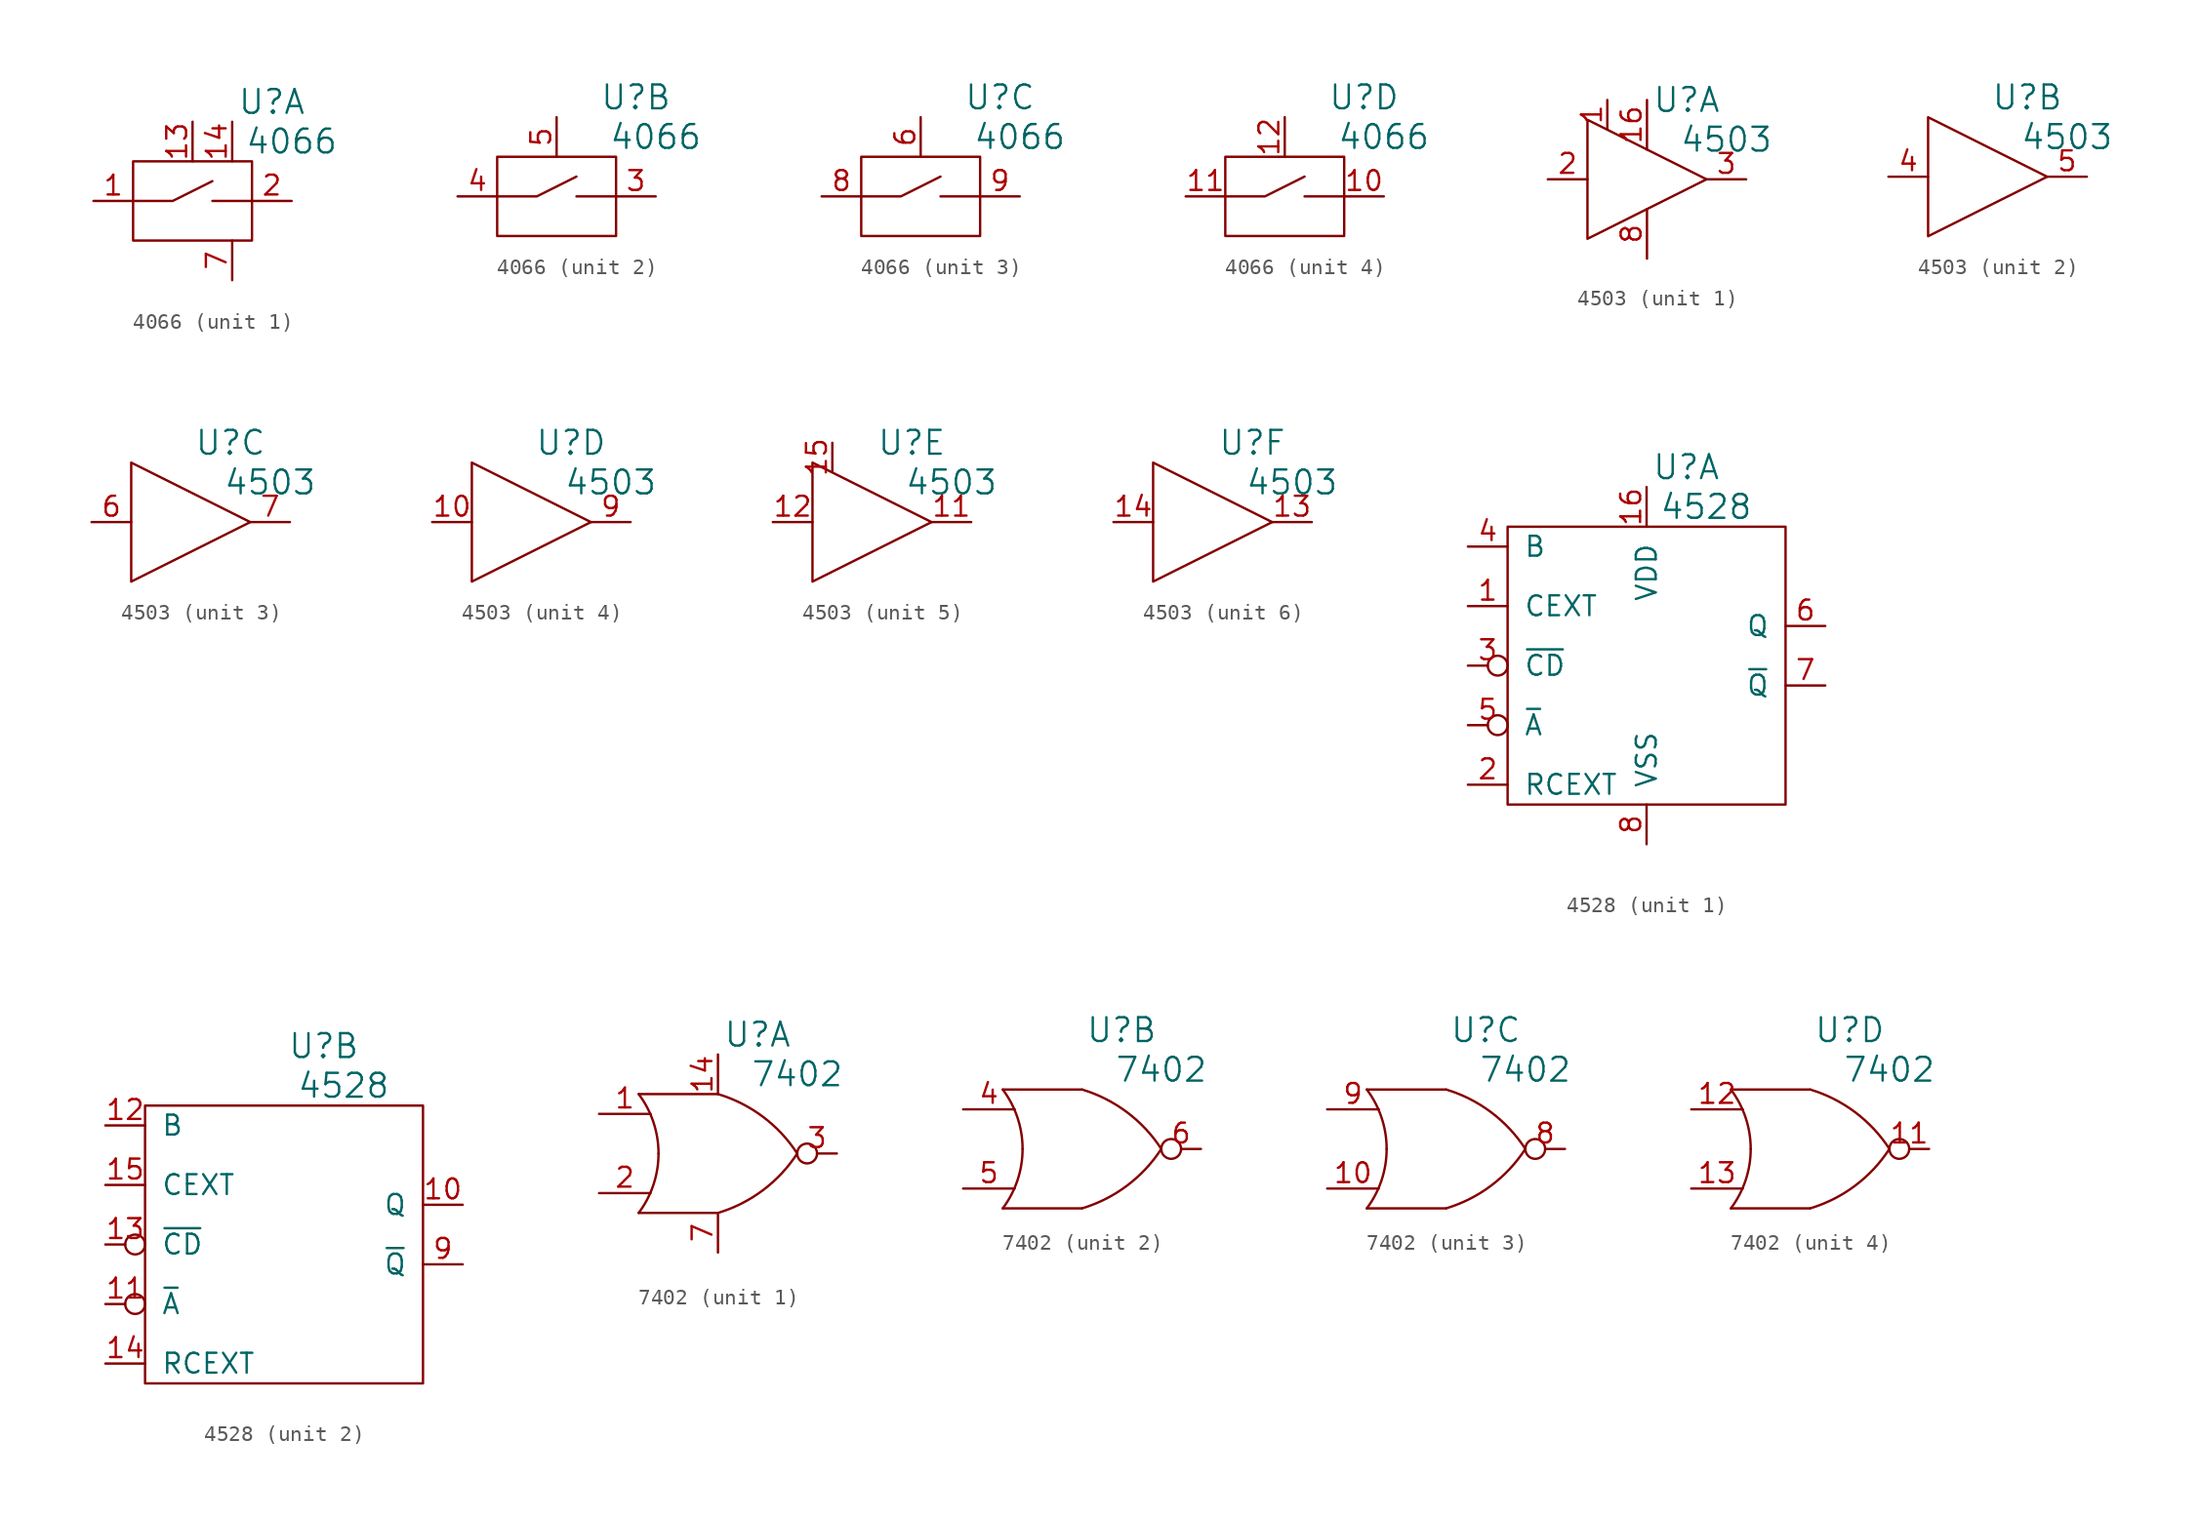
<source format=kicad_sym>
(kicad_symbol_lib
  (version 20220914)
  (generator kicad_symbol_editor)
  (symbol "4066"
    (pin_names
      (offset 1.016) hide)
    (property "Reference" "U"
      (at 5.08 6.35 0)
      (effects (font (size 1.524 1.524))))
    (property "Value" "4066"
      (at 6.35 3.81 0)
      (effects (font (size 1.524 1.524))))
    (property "Footprint" ""
      (at 0 0 0)
      (effects (font (size 1.524 1.524))))
    (property "Datasheet" ""
      (at 0 0 0)
      (effects (font (size 1.524 1.524))))
    (symbol "4066_0_1"
      (rectangle (start -3.81 2.54) (end 3.81 -2.54) (stroke (width 0) (type solid)) (fill (type none)))
      (polyline (pts (xy 1.27 0) (xy 3.81 0)) (stroke (width 0) (type solid)) (fill (type none)))
      (polyline (pts (xy -3.81 0) (xy -1.27 0) (xy 1.27 1.27)) (stroke (width 0) (type solid)) (fill (type none))))
    (symbol "4066_1_1"
      (pin passive line (at -6.35 0 0) (length 2.54) (name "4A" (effects (font (size 1.27 1.27)))) (number "1" (effects (font (size 1.27 1.27)))))
      (pin passive line (at 0 5.08 270) (length 2.54) (name "4C" (effects (font (size 1.27 1.27)))) (number "13" (effects (font (size 1.27 1.27)))))
      (pin passive line (at 2.54 5.08 270) (length 2.54) (name "VDD" (effects (font (size 1.27 1.27)))) (number "14" (effects (font (size 1.27 1.27)))))
      (pin passive line (at 6.35 0 180) (length 2.54) (name "4B" (effects (font (size 1.27 1.27)))) (number "2" (effects (font (size 1.27 1.27)))))
      (pin passive line (at 2.54 -5.08 90) (length 2.54) (name "VSS" (effects (font (size 1.27 1.27)))) (number "7" (effects (font (size 1.27 1.27))))))
    (symbol "4066_2_1"
      (pin passive line (at 6.35 0 180) (length 2.54) (name "4B" (effects (font (size 1.27 1.27)))) (number "3" (effects (font (size 1.27 1.27)))))
      (pin passive line (at -6.35 0 0) (length 2.54) (name "4A" (effects (font (size 1.27 1.27)))) (number "4" (effects (font (size 1.27 1.27)))))
      (pin passive line (at 0 5.08 270) (length 2.54) (name "4C" (effects (font (size 1.27 1.27)))) (number "5" (effects (font (size 1.27 1.27))))))
    (symbol "4066_3_1"
      (pin passive line (at 0 5.08 270) (length 2.54) (name "4C" (effects (font (size 1.27 1.27)))) (number "6" (effects (font (size 1.27 1.27)))))
      (pin passive line (at -6.35 0 0) (length 2.54) (name "4A" (effects (font (size 1.27 1.27)))) (number "8" (effects (font (size 1.27 1.27)))))
      (pin passive line (at 6.35 0 180) (length 2.54) (name "4B" (effects (font (size 1.27 1.27)))) (number "9" (effects (font (size 1.27 1.27))))))
    (symbol "4066_4_1"
      (pin passive line (at 6.35 0 180) (length 2.54) (name "4B" (effects (font (size 1.27 1.27)))) (number "10" (effects (font (size 1.27 1.27)))))
      (pin passive line (at -6.35 0 0) (length 2.54) (name "4A" (effects (font (size 1.27 1.27)))) (number "11" (effects (font (size 1.27 1.27)))))
      (pin passive line (at 0 5.08 270) (length 2.54) (name "4C" (effects (font (size 1.27 1.27)))) (number "12" (effects (font (size 1.27 1.27)))))))
  (symbol "4503"
    (pin_names
      (offset 1.016) hide)
    (property "Reference" "U"
      (at 2.54 5.08 0)
      (effects (font (size 1.524 1.524))))
    (property "Value" "4503"
      (at 5.08 2.54 0)
      (effects (font (size 1.524 1.524))))
    (property "Footprint" ""
      (at 0 0 0)
      (effects (font (size 1.524 1.524))))
    (property "Datasheet" ""
      (at 0 0 0)
      (effects (font (size 1.524 1.524))))
    (symbol "4503_0_1"
      (polyline (pts (xy -3.81 3.81) (xy -3.81 -3.81) (xy 3.81 0) (xy -3.81 3.81) (xy -3.81 3.81)) (stroke (width 0) (type solid)) (fill (type none))))
    (symbol "4503_1_1"
      (pin passive line (at -2.54 5.08 270) (length 1.854) (name "DIS-B" (effects (font (size 1.27 1.27)))) (number "1" (effects (font (size 1.27 1.27)))))
      (pin passive line (at 0 5.08 270) (length 3.175) (name "VDD" (effects (font (size 1.27 1.27)))) (number "16" (effects (font (size 1.27 1.27)))))
      (pin passive line (at -6.35 0 0) (length 2.54) (name "6D" (effects (font (size 1.27 1.27)))) (number "2" (effects (font (size 1.27 1.27)))))
      (pin passive line (at 6.35 0 180) (length 2.54) (name "6Q" (effects (font (size 1.27 1.27)))) (number "3" (effects (font (size 1.27 1.27)))))
      (pin passive line (at 0 -5.08 90) (length 3.175) (name "VSS" (effects (font (size 1.27 1.27)))) (number "8" (effects (font (size 1.27 1.27))))))
    (symbol "4503_2_1"
      (pin passive line (at -6.35 0 0) (length 2.54) (name "6D" (effects (font (size 1.27 1.27)))) (number "4" (effects (font (size 1.27 1.27)))))
      (pin passive line (at 6.35 0 180) (length 2.54) (name "6Q" (effects (font (size 1.27 1.27)))) (number "5" (effects (font (size 1.27 1.27))))))
    (symbol "4503_3_1"
      (pin passive line (at -6.35 0 0) (length 2.54) (name "6D" (effects (font (size 1.27 1.27)))) (number "6" (effects (font (size 1.27 1.27)))))
      (pin passive line (at 6.35 0 180) (length 2.54) (name "6Q" (effects (font (size 1.27 1.27)))) (number "7" (effects (font (size 1.27 1.27))))))
    (symbol "4503_4_1"
      (pin passive line (at -6.35 0 0) (length 2.54) (name "6D" (effects (font (size 1.27 1.27)))) (number "10" (effects (font (size 1.27 1.27)))))
      (pin passive line (at 6.35 0 180) (length 2.54) (name "6Q" (effects (font (size 1.27 1.27)))) (number "9" (effects (font (size 1.27 1.27))))))
    (symbol "4503_5_1"
      (pin passive line (at 6.35 0 180) (length 2.54) (name "6Q" (effects (font (size 1.27 1.27)))) (number "11" (effects (font (size 1.27 1.27)))))
      (pin passive line (at -6.35 0 0) (length 2.54) (name "6D" (effects (font (size 1.27 1.27)))) (number "12" (effects (font (size 1.27 1.27)))))
      (pin passive line (at -2.54 5.08 270) (length 1.854) (name "DIS-B" (effects (font (size 1.27 1.27)))) (number "15" (effects (font (size 1.27 1.27))))))
    (symbol "4503_6_1"
      (pin passive line (at 6.35 0 180) (length 2.54) (name "6Q" (effects (font (size 1.27 1.27)))) (number "13" (effects (font (size 1.27 1.27)))))
      (pin passive line (at -6.35 0 0) (length 2.54) (name "6D" (effects (font (size 1.27 1.27)))) (number "14" (effects (font (size 1.27 1.27)))))))
  (symbol "4528"
    (pin_names
      (offset 1.016))
    (property "Reference" "U"
      (at 2.54 12.7 0)
      (effects (font (size 1.524 1.524))))
    (property "Value" "4528"
      (at 3.81 10.16 0)
      (effects (font (size 1.524 1.524))))
    (property "Footprint" ""
      (at 0 0 0)
      (effects (font (size 1.524 1.524))))
    (property "Datasheet" ""
      (at 0 0 0)
      (effects (font (size 1.524 1.524))))
    (symbol "4528_0_1"
      (rectangle (start 8.89 8.89) (end -8.89 -8.89) (stroke (width 0) (type solid)) (fill (type none))))
    (symbol "4528_1_1"
      (pin passive line (at -11.43 3.81 0) (length 2.54) (name "CEXT" (effects (font (size 1.27 1.27)))) (number "1" (effects (font (size 1.27 1.27)))))
      (pin passive line (at 0 11.43 270) (length 2.54) (name "VDD" (effects (font (size 1.27 1.27)))) (number "16" (effects (font (size 1.27 1.27)))))
      (pin passive line (at -11.43 -7.62 0) (length 2.54) (name "RCEXT" (effects (font (size 1.27 1.27)))) (number "2" (effects (font (size 1.27 1.27)))))
      (pin passive inverted (at -11.43 0 0) (length 2.54) (name "~{CD}" (effects (font (size 1.27 1.27)))) (number "3" (effects (font (size 1.27 1.27)))))
      (pin passive line (at -11.43 7.62 0) (length 2.54) (name "B" (effects (font (size 1.27 1.27)))) (number "4" (effects (font (size 1.27 1.27)))))
      (pin passive inverted (at -11.43 -3.81 0) (length 2.54) (name "~{A}" (effects (font (size 1.27 1.27)))) (number "5" (effects (font (size 1.27 1.27)))))
      (pin passive line (at 11.43 2.54 180) (length 2.54) (name "Q" (effects (font (size 1.27 1.27)))) (number "6" (effects (font (size 1.27 1.27)))))
      (pin passive line (at 11.43 -1.27 180) (length 2.54) (name "~{Q}" (effects (font (size 1.27 1.27)))) (number "7" (effects (font (size 1.27 1.27)))))
      (pin passive line (at 0 -11.43 90) (length 2.54) (name "VSS" (effects (font (size 1.27 1.27)))) (number "8" (effects (font (size 1.27 1.27))))))
    (symbol "4528_2_1"
      (pin passive line (at 11.43 2.54 180) (length 2.54) (name "Q" (effects (font (size 1.27 1.27)))) (number "10" (effects (font (size 1.27 1.27)))))
      (pin passive inverted (at -11.43 -3.81 0) (length 2.54) (name "~{A}" (effects (font (size 1.27 1.27)))) (number "11" (effects (font (size 1.27 1.27)))))
      (pin passive line (at -11.43 7.62 0) (length 2.54) (name "B" (effects (font (size 1.27 1.27)))) (number "12" (effects (font (size 1.27 1.27)))))
      (pin passive inverted (at -11.43 0 0) (length 2.54) (name "~{CD}" (effects (font (size 1.27 1.27)))) (number "13" (effects (font (size 1.27 1.27)))))
      (pin passive line (at -11.43 -7.62 0) (length 2.54) (name "RCEXT" (effects (font (size 1.27 1.27)))) (number "14" (effects (font (size 1.27 1.27)))))
      (pin passive line (at -11.43 3.81 0) (length 2.54) (name "CEXT" (effects (font (size 1.27 1.27)))) (number "15" (effects (font (size 1.27 1.27)))))
      (pin passive line (at 11.43 -1.27 180) (length 2.54) (name "~{Q}" (effects (font (size 1.27 1.27)))) (number "9" (effects (font (size 1.27 1.27)))))))
  (symbol "7402"
    (pin_names
      (offset 1.016) hide)
    (property "Reference" "U"
      (at 2.54 7.62 0)
      (effects (font (size 1.524 1.524))))
    (property "Value" "7402"
      (at 5.08 5.08 0)
      (effects (font (size 1.524 1.524))))
    (property "Footprint" ""
      (at 0 0 0)
      (effects (font (size 1.524 1.524))))
    (property "Datasheet" ""
      (at 0 0 0)
      (effects (font (size 1.524 1.524))))
    (symbol "7402_0_1"
      (arc (start -5.08 -3.81) (mid -4.1359 -2.008) (end -3.81 0) (stroke (width 0) (type solid)) (fill (type none)))
      (arc (start -3.81 0) (mid -4.1359 2.008) (end -5.08 3.81) (stroke (width 0) (type solid)) (fill (type none)))
      (arc (start 0 -3.81) (mid 2.8791 -2.3571) (end 5.08 0) (stroke (width 0) (type solid)) (fill (type none)))
      (polyline (pts (xy -5.08 -3.81) (xy 0 -3.81) (xy 0 -3.81)) (stroke (width 0) (type solid)) (fill (type none)))
      (polyline (pts (xy 0 3.81) (xy -5.08 3.81) (xy -5.08 3.81)) (stroke (width 0) (type solid)) (fill (type none)))
      (arc (start 5.08 0) (mid 2.8791 2.3571) (end 0 3.81) (stroke (width 0) (type solid)) (fill (type none))))
    (symbol "7402_1_1"
      (pin passive line (at -7.62 2.54 0) (length 3.302) (name "1A" (effects (font (size 1.27 1.27)))) (number "1" (effects (font (size 1.27 1.27)))))
      (pin passive line (at 0 6.35 270) (length 2.54) (name "VDD" (effects (font (size 1.27 1.27)))) (number "14" (effects (font (size 1.27 1.27)))))
      (pin passive line (at -7.62 -2.54 0) (length 3.302) (name "1B" (effects (font (size 1.27 1.27)))) (number "2" (effects (font (size 1.27 1.27)))))
      (pin passive inverted (at 7.62 0 180) (length 2.54) (name "1Y" (effects (font (size 1.27 1.27)))) (number "3" (effects (font (size 1.27 1.27)))))
      (pin passive line (at 0 -6.35 90) (length 2.54) (name "VSS" (effects (font (size 1.27 1.27)))) (number "7" (effects (font (size 1.27 1.27))))))
    (symbol "7402_2_1"
      (pin passive line (at -7.62 2.54 0) (length 3.302) (name "2A" (effects (font (size 1.27 1.27)))) (number "4" (effects (font (size 1.27 1.27)))))
      (pin passive line (at -7.62 -2.54 0) (length 3.302) (name "2B" (effects (font (size 1.27 1.27)))) (number "5" (effects (font (size 1.27 1.27)))))
      (pin passive inverted (at 7.62 0 180) (length 2.54) (name "2Y" (effects (font (size 1.27 1.27)))) (number "6" (effects (font (size 1.27 1.27))))))
    (symbol "7402_3_1"
      (pin passive line (at -7.62 -2.54 0) (length 3.302) (name "3B" (effects (font (size 1.27 1.27)))) (number "10" (effects (font (size 1.27 1.27)))))
      (pin passive inverted (at 7.62 0 180) (length 2.54) (name "3Y" (effects (font (size 1.27 1.27)))) (number "8" (effects (font (size 1.27 1.27)))))
      (pin passive line (at -7.62 2.54 0) (length 3.302) (name "3A" (effects (font (size 1.27 1.27)))) (number "9" (effects (font (size 1.27 1.27))))))
    (symbol "7402_4_1"
      (pin passive inverted (at 7.62 0 180) (length 2.54) (name "4Y" (effects (font (size 1.27 1.27)))) (number "11" (effects (font (size 1.27 1.27)))))
      (pin passive line (at -7.62 2.54 0) (length 3.302) (name "4A" (effects (font (size 1.27 1.27)))) (number "12" (effects (font (size 1.27 1.27)))))
      (pin passive line (at -7.62 -2.54 0) (length 3.302) (name "4B" (effects (font (size 1.27 1.27)))) (number "13" (effects (font (size 1.27 1.27))))))))
</source>
